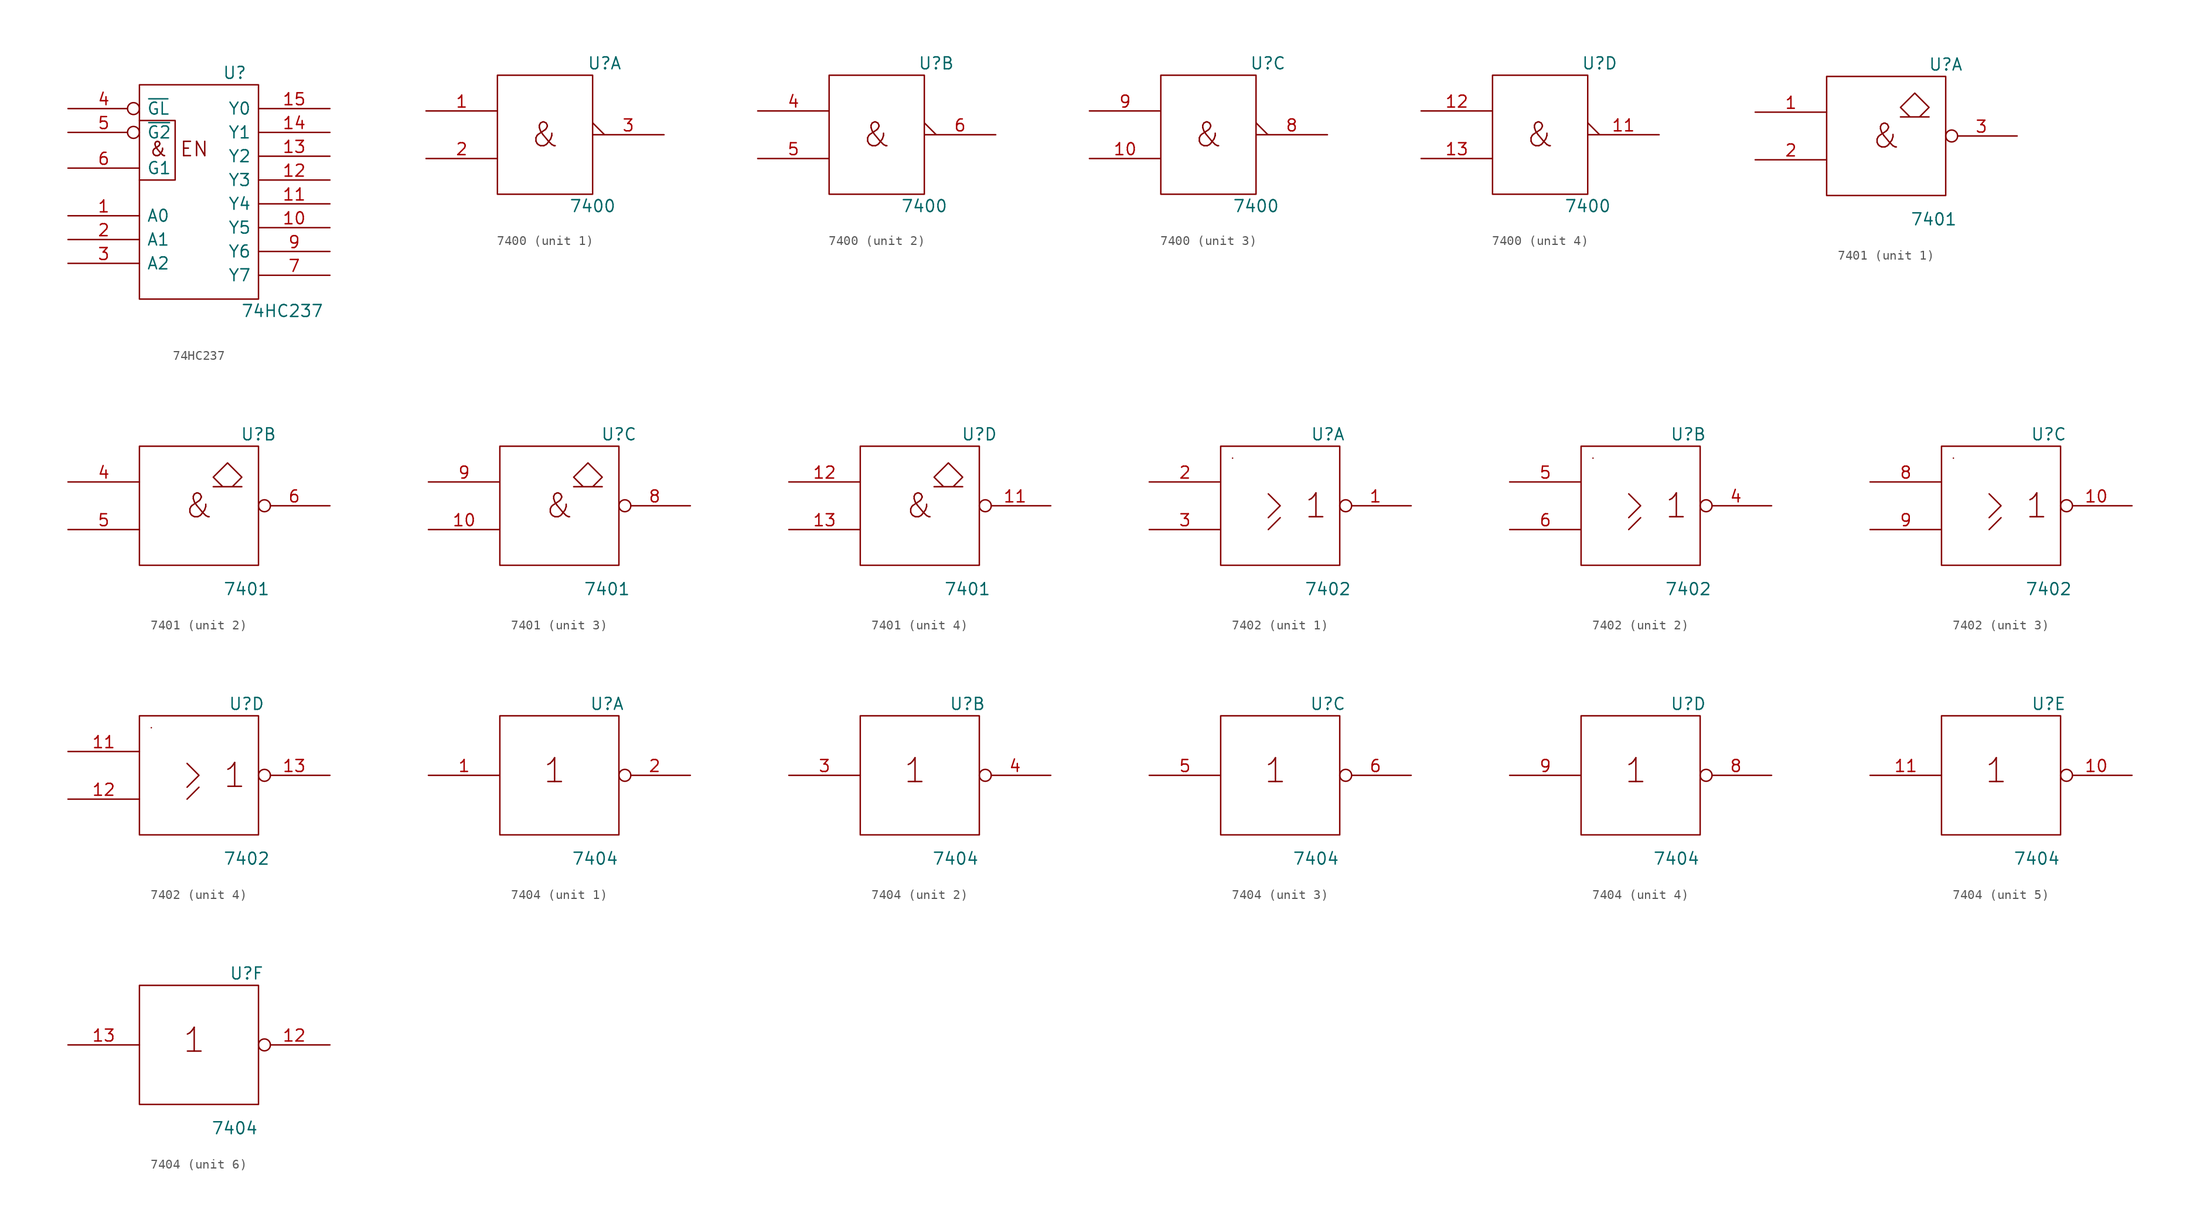
<source format=kicad_sym>
(kicad_symbol_lib
  (version 20201005)
  (generator kicad_symbol_editor)
  (symbol "74xx_IEEE:74HC237"
    (pin_names
      (offset 0.762))
    (property "Reference" "U"
      (at 3.81 8.89 0)
      (effects (font (size 1.27 1.27))))
    (property "Value" "74HC237"
      (at 8.89 -16.51 0)
      (effects (font (size 1.27 1.27))))
    (symbol "74HC237_0_0"
      (text "&" (at -4.318 0.762 0) (effects (font (size 1.524 1.524))))
      (text "EN" (at -0.508 0.762 0) (effects (font (size 1.524 1.524))))
      (pin power_in line (at 0 7.62 270) (length 0) hide (name "VCC" (effects (font (size 1.27 1.27)))) (number "16" (effects (font (size 1.27 1.27))))))
    (symbol "74HC237_0_1"
      (rectangle (start -6.35 7.62) (end 6.35 -15.24) (stroke (width 0)) (fill (type none)))
      (polyline (pts (xy -6.35 3.81) (xy -2.54 3.81) (xy -2.54 -2.54) (xy -6.35 -2.54) (xy -6.35 -2.54)) (stroke (width 0)) (fill (type none)))
      (pin power_in line (at 0 -15.24 90) (length 0) hide (name "GND" (effects (font (size 1.27 1.27)))) (number "8" (effects (font (size 1.27 1.27))))))
    (symbol "74HC237_1_1"
      (pin input line (at -13.97 -6.35 0) (length 7.62) (name "A0" (effects (font (size 1.27 1.27)))) (number "1" (effects (font (size 1.27 1.27)))))
      (pin output line (at 13.97 -7.62 180) (length 7.62) (name "Y5" (effects (font (size 1.27 1.27)))) (number "10" (effects (font (size 1.27 1.27)))))
      (pin output line (at 13.97 -5.08 180) (length 7.62) (name "Y4" (effects (font (size 1.27 1.27)))) (number "11" (effects (font (size 1.27 1.27)))))
      (pin output line (at 13.97 -2.54 180) (length 7.62) (name "Y3" (effects (font (size 1.27 1.27)))) (number "12" (effects (font (size 1.27 1.27)))))
      (pin output line (at 13.97 0 180) (length 7.62) (name "Y2" (effects (font (size 1.27 1.27)))) (number "13" (effects (font (size 1.27 1.27)))))
      (pin output line (at 13.97 2.54 180) (length 7.62) (name "Y1" (effects (font (size 1.27 1.27)))) (number "14" (effects (font (size 1.27 1.27)))))
      (pin output line (at 13.97 5.08 180) (length 7.62) (name "Y0" (effects (font (size 1.27 1.27)))) (number "15" (effects (font (size 1.27 1.27)))))
      (pin input line (at -13.97 -8.89 0) (length 7.62) (name "A1" (effects (font (size 1.27 1.27)))) (number "2" (effects (font (size 1.27 1.27)))))
      (pin input line (at -13.97 -11.43 0) (length 7.62) (name "A2" (effects (font (size 1.27 1.27)))) (number "3" (effects (font (size 1.27 1.27)))))
      (pin input inverted (at -13.97 5.08 0) (length 7.62) (name "~GL" (effects (font (size 1.27 1.27)))) (number "4" (effects (font (size 1.27 1.27)))))
      (pin input inverted (at -13.97 2.54 0) (length 7.62) (name "~G2" (effects (font (size 1.27 1.27)))) (number "5" (effects (font (size 1.27 1.27)))))
      (pin input line (at -13.97 -1.27 0) (length 7.62) (name "G1" (effects (font (size 1.27 1.27)))) (number "6" (effects (font (size 1.27 1.27)))))
      (pin output line (at 13.97 -12.7 180) (length 7.62) (name "Y7" (effects (font (size 1.27 1.27)))) (number "7" (effects (font (size 1.27 1.27)))))
      (pin output line (at 13.97 -10.16 180) (length 7.62) (name "Y6" (effects (font (size 1.27 1.27)))) (number "9" (effects (font (size 1.27 1.27)))))))
  (symbol "74xx_IEEE:7400"
    (pin_names
      (offset 0.762))
    (property "Reference" "U"
      (at 6.35 7.62 0)
      (effects (font (size 1.27 1.27))))
    (property "Value" "7400"
      (at 5.08 -7.62 0)
      (effects (font (size 1.27 1.27))))
    (symbol "7400_0_0"
      (text "&" (at 0 0 0) (effects (font (size 2.54 2.54)))))
    (symbol "7400_0_1"
      (rectangle (start -5.08 6.35) (end 5.08 -6.35) (stroke (width 0)) (fill (type none)))
      (pin power_in line (at 0 6.35 270) (length 0) hide (name "Vcc" (effects (font (size 1.27 1.27)))) (number "14" (effects (font (size 1.27 1.27)))))
      (pin power_in line (at 0 -6.35 90) (length 0) hide (name "GND" (effects (font (size 1.27 1.27)))) (number "7" (effects (font (size 1.27 1.27))))))
    (symbol "7400_1_1"
      (pin input line (at -12.7 2.54 0) (length 7.62) (name "~" (effects (font (size 1.27 1.27)))) (number "1" (effects (font (size 1.27 1.27)))))
      (pin input line (at -12.7 -2.54 0) (length 7.62) (name "~" (effects (font (size 1.27 1.27)))) (number "2" (effects (font (size 1.27 1.27)))))
      (pin output output_low (at 12.7 0 180) (length 7.62) (name "~" (effects (font (size 1.27 1.27)))) (number "3" (effects (font (size 1.27 1.27))))))
    (symbol "7400_2_1"
      (pin input line (at -12.7 2.54 0) (length 7.62) (name "~" (effects (font (size 1.27 1.27)))) (number "4" (effects (font (size 1.27 1.27)))))
      (pin input line (at -12.7 -2.54 0) (length 7.62) (name "~" (effects (font (size 1.27 1.27)))) (number "5" (effects (font (size 1.27 1.27)))))
      (pin output output_low (at 12.7 0 180) (length 7.62) (name "~" (effects (font (size 1.27 1.27)))) (number "6" (effects (font (size 1.27 1.27))))))
    (symbol "7400_3_1"
      (pin input line (at -12.7 -2.54 0) (length 7.62) (name "~" (effects (font (size 1.27 1.27)))) (number "10" (effects (font (size 1.27 1.27)))))
      (pin output output_low (at 12.7 0 180) (length 7.62) (name "~" (effects (font (size 1.27 1.27)))) (number "8" (effects (font (size 1.27 1.27)))))
      (pin input line (at -12.7 2.54 0) (length 7.62) (name "~" (effects (font (size 1.27 1.27)))) (number "9" (effects (font (size 1.27 1.27))))))
    (symbol "7400_4_1"
      (pin output output_low (at 12.7 0 180) (length 7.62) (name "~" (effects (font (size 1.27 1.27)))) (number "11" (effects (font (size 1.27 1.27)))))
      (pin input line (at -12.7 2.54 0) (length 7.62) (name "~" (effects (font (size 1.27 1.27)))) (number "12" (effects (font (size 1.27 1.27)))))
      (pin input line (at -12.7 -2.54 0) (length 7.62) (name "~" (effects (font (size 1.27 1.27)))) (number "13" (effects (font (size 1.27 1.27)))))))
  (symbol "74xx_IEEE:7401"
    (pin_names
      (offset 0.762))
    (property "Reference" "U"
      (at 6.35 7.62 0)
      (effects (font (size 1.27 1.27))))
    (property "Value" "7401"
      (at 5.08 -8.89 0)
      (effects (font (size 1.27 1.27))))
    (symbol "7401_0_0"
      (text "&" (at 0 0 0) (effects (font (size 2.54 2.54))))
      (polyline (pts (xy 2.54 2.032) (xy 1.524 3.048) (xy 3.048 4.572) (xy 4.572 3.048) (xy 3.556 2.032) (xy 4.572 2.032) (xy 1.524 2.032) (xy 1.524 2.032)) (stroke (width 0)) (fill (type none))))
    (symbol "7401_0_1"
      (rectangle (start -6.35 6.35) (end 6.35 -6.35) (stroke (width 0)) (fill (type none)))
      (pin power_in line (at 0 6.35 270) (length 0) hide (name "Vcc" (effects (font (size 1.27 1.27)))) (number "14" (effects (font (size 1.27 1.27)))))
      (pin power_in line (at 0 -6.35 90) (length 0) hide (name "GND" (effects (font (size 1.27 1.27)))) (number "7" (effects (font (size 1.27 1.27))))))
    (symbol "7401_1_1"
      (pin input line (at -13.97 2.54 0) (length 7.62) (name "~" (effects (font (size 1.27 1.27)))) (number "1" (effects (font (size 1.27 1.27)))))
      (pin input line (at -13.97 -2.54 0) (length 7.62) (name "~" (effects (font (size 1.27 1.27)))) (number "2" (effects (font (size 1.27 1.27)))))
      (pin open_collector inverted (at 13.97 0 180) (length 7.62) (name "~" (effects (font (size 1.27 1.27)))) (number "3" (effects (font (size 1.27 1.27))))))
    (symbol "7401_2_1"
      (pin input line (at -13.97 2.54 0) (length 7.62) (name "~" (effects (font (size 1.27 1.27)))) (number "4" (effects (font (size 1.27 1.27)))))
      (pin input line (at -13.97 -2.54 0) (length 7.62) (name "~" (effects (font (size 1.27 1.27)))) (number "5" (effects (font (size 1.27 1.27)))))
      (pin open_collector inverted (at 13.97 0 180) (length 7.62) (name "~" (effects (font (size 1.27 1.27)))) (number "6" (effects (font (size 1.27 1.27))))))
    (symbol "7401_3_1"
      (pin input line (at -13.97 -2.54 0) (length 7.62) (name "~" (effects (font (size 1.27 1.27)))) (number "10" (effects (font (size 1.27 1.27)))))
      (pin open_collector inverted (at 13.97 0 180) (length 7.62) (name "~" (effects (font (size 1.27 1.27)))) (number "8" (effects (font (size 1.27 1.27)))))
      (pin input line (at -13.97 2.54 0) (length 7.62) (name "~" (effects (font (size 1.27 1.27)))) (number "9" (effects (font (size 1.27 1.27))))))
    (symbol "7401_4_1"
      (pin open_collector inverted (at 13.97 0 180) (length 7.62) (name "~" (effects (font (size 1.27 1.27)))) (number "11" (effects (font (size 1.27 1.27)))))
      (pin input line (at -13.97 2.54 0) (length 7.62) (name "~" (effects (font (size 1.27 1.27)))) (number "12" (effects (font (size 1.27 1.27)))))
      (pin input line (at -13.97 -2.54 0) (length 7.62) (name "~" (effects (font (size 1.27 1.27)))) (number "13" (effects (font (size 1.27 1.27)))))))
  (symbol "74xx_IEEE:7402"
    (pin_names
      (offset 0.762))
    (property "Reference" "U"
      (at 5.08 7.62 0)
      (effects (font (size 1.27 1.27))))
    (property "Value" "7402"
      (at 5.08 -8.89 0)
      (effects (font (size 1.27 1.27))))
    (symbol "7402_0_0"
      (text "1" (at 3.81 0 0) (effects (font (size 2.54 2.54))))
      (rectangle (start -5.08 5.08) (end -5.08 5.08) (stroke (width 0)) (fill (type none)))
      (polyline (pts (xy -1.27 -2.54) (xy 0 -1.27) (xy 0 -1.27)) (stroke (width 0)) (fill (type none)))
      (polyline (pts (xy -1.27 1.27) (xy 0 0) (xy -1.27 -1.27) (xy -1.27 -1.27)) (stroke (width 0)) (fill (type none))))
    (symbol "7402_0_1"
      (rectangle (start -6.35 6.35) (end 6.35 -6.35) (stroke (width 0)) (fill (type none)))
      (pin power_in line (at 0 6.35 270) (length 0) hide (name "VCC" (effects (font (size 1.27 1.27)))) (number "14" (effects (font (size 1.27 1.27)))))
      (pin power_in line (at 0 -6.35 90) (length 0) hide (name "GND" (effects (font (size 1.27 1.27)))) (number "7" (effects (font (size 1.27 1.27))))))
    (symbol "7402_1_1"
      (pin output inverted (at 13.97 0 180) (length 7.62) (name "~" (effects (font (size 1.27 1.27)))) (number "1" (effects (font (size 1.27 1.27)))))
      (pin input line (at -13.97 2.54 0) (length 7.62) (name "~" (effects (font (size 1.27 1.27)))) (number "2" (effects (font (size 1.27 1.27)))))
      (pin input line (at -13.97 -2.54 0) (length 7.62) (name "~" (effects (font (size 1.27 1.27)))) (number "3" (effects (font (size 1.27 1.27))))))
    (symbol "7402_2_1"
      (pin output inverted (at 13.97 0 180) (length 7.62) (name "~" (effects (font (size 1.27 1.27)))) (number "4" (effects (font (size 1.27 1.27)))))
      (pin input line (at -13.97 2.54 0) (length 7.62) (name "~" (effects (font (size 1.27 1.27)))) (number "5" (effects (font (size 1.27 1.27)))))
      (pin input line (at -13.97 -2.54 0) (length 7.62) (name "~" (effects (font (size 1.27 1.27)))) (number "6" (effects (font (size 1.27 1.27))))))
    (symbol "7402_3_1"
      (pin output inverted (at 13.97 0 180) (length 7.62) (name "~" (effects (font (size 1.27 1.27)))) (number "10" (effects (font (size 1.27 1.27)))))
      (pin input line (at -13.97 2.54 0) (length 7.62) (name "~" (effects (font (size 1.27 1.27)))) (number "8" (effects (font (size 1.27 1.27)))))
      (pin input line (at -13.97 -2.54 0) (length 7.62) (name "~" (effects (font (size 1.27 1.27)))) (number "9" (effects (font (size 1.27 1.27))))))
    (symbol "7402_4_1"
      (pin input line (at -13.97 2.54 0) (length 7.62) (name "~" (effects (font (size 1.27 1.27)))) (number "11" (effects (font (size 1.27 1.27)))))
      (pin input line (at -13.97 -2.54 0) (length 7.62) (name "~" (effects (font (size 1.27 1.27)))) (number "12" (effects (font (size 1.27 1.27)))))
      (pin output inverted (at 13.97 0 180) (length 7.62) (name "~" (effects (font (size 1.27 1.27)))) (number "13" (effects (font (size 1.27 1.27)))))))
  (symbol "74xx_IEEE:7404"
    (pin_names
      (offset 0.762))
    (property "Reference" "U"
      (at 5.08 7.62 0)
      (effects (font (size 1.27 1.27))))
    (property "Value" "7404"
      (at 3.81 -8.89 0)
      (effects (font (size 1.27 1.27))))
    (symbol "7404_0_0"
      (text "1" (at -0.508 0.508 0) (effects (font (size 2.54 2.54)))))
    (symbol "7404_0_1"
      (rectangle (start -6.35 6.35) (end 6.35 -6.35) (stroke (width 0)) (fill (type none)))
      (pin power_in line (at 0 6.35 270) (length 0) hide (name "Vcc" (effects (font (size 1.27 1.27)))) (number "14" (effects (font (size 1.27 1.27)))))
      (pin power_in line (at 0 -6.35 90) (length 0) hide (name "Gnd" (effects (font (size 1.27 1.27)))) (number "7" (effects (font (size 1.27 1.27))))))
    (symbol "7404_1_1"
      (pin input line (at -13.97 0 0) (length 7.62) (name "~" (effects (font (size 1.27 1.27)))) (number "1" (effects (font (size 1.27 1.27)))))
      (pin input inverted (at 13.97 0 180) (length 7.62) (name "~" (effects (font (size 1.27 1.27)))) (number "2" (effects (font (size 1.27 1.27))))))
    (symbol "7404_2_1"
      (pin input line (at -13.97 0 0) (length 7.62) (name "~" (effects (font (size 1.27 1.27)))) (number "3" (effects (font (size 1.27 1.27)))))
      (pin input inverted (at 13.97 0 180) (length 7.62) (name "~" (effects (font (size 1.27 1.27)))) (number "4" (effects (font (size 1.27 1.27))))))
    (symbol "7404_3_1"
      (pin input line (at -13.97 0 0) (length 7.62) (name "~" (effects (font (size 1.27 1.27)))) (number "5" (effects (font (size 1.27 1.27)))))
      (pin input inverted (at 13.97 0 180) (length 7.62) (name "~" (effects (font (size 1.27 1.27)))) (number "6" (effects (font (size 1.27 1.27))))))
    (symbol "7404_4_1"
      (pin input inverted (at 13.97 0 180) (length 7.62) (name "~" (effects (font (size 1.27 1.27)))) (number "8" (effects (font (size 1.27 1.27)))))
      (pin input line (at -13.97 0 0) (length 7.62) (name "~" (effects (font (size 1.27 1.27)))) (number "9" (effects (font (size 1.27 1.27))))))
    (symbol "7404_5_1"
      (pin input inverted (at 13.97 0 180) (length 7.62) (name "~" (effects (font (size 1.27 1.27)))) (number "10" (effects (font (size 1.27 1.27)))))
      (pin input line (at -13.97 0 0) (length 7.62) (name "~" (effects (font (size 1.27 1.27)))) (number "11" (effects (font (size 1.27 1.27))))))
    (symbol "7404_6_1"
      (pin input inverted (at 13.97 0 180) (length 7.62) (name "~" (effects (font (size 1.27 1.27)))) (number "12" (effects (font (size 1.27 1.27)))))
      (pin input line (at -13.97 0 0) (length 7.62) (name "~" (effects (font (size 1.27 1.27)))) (number "13" (effects (font (size 1.27 1.27))))))))
</source>
